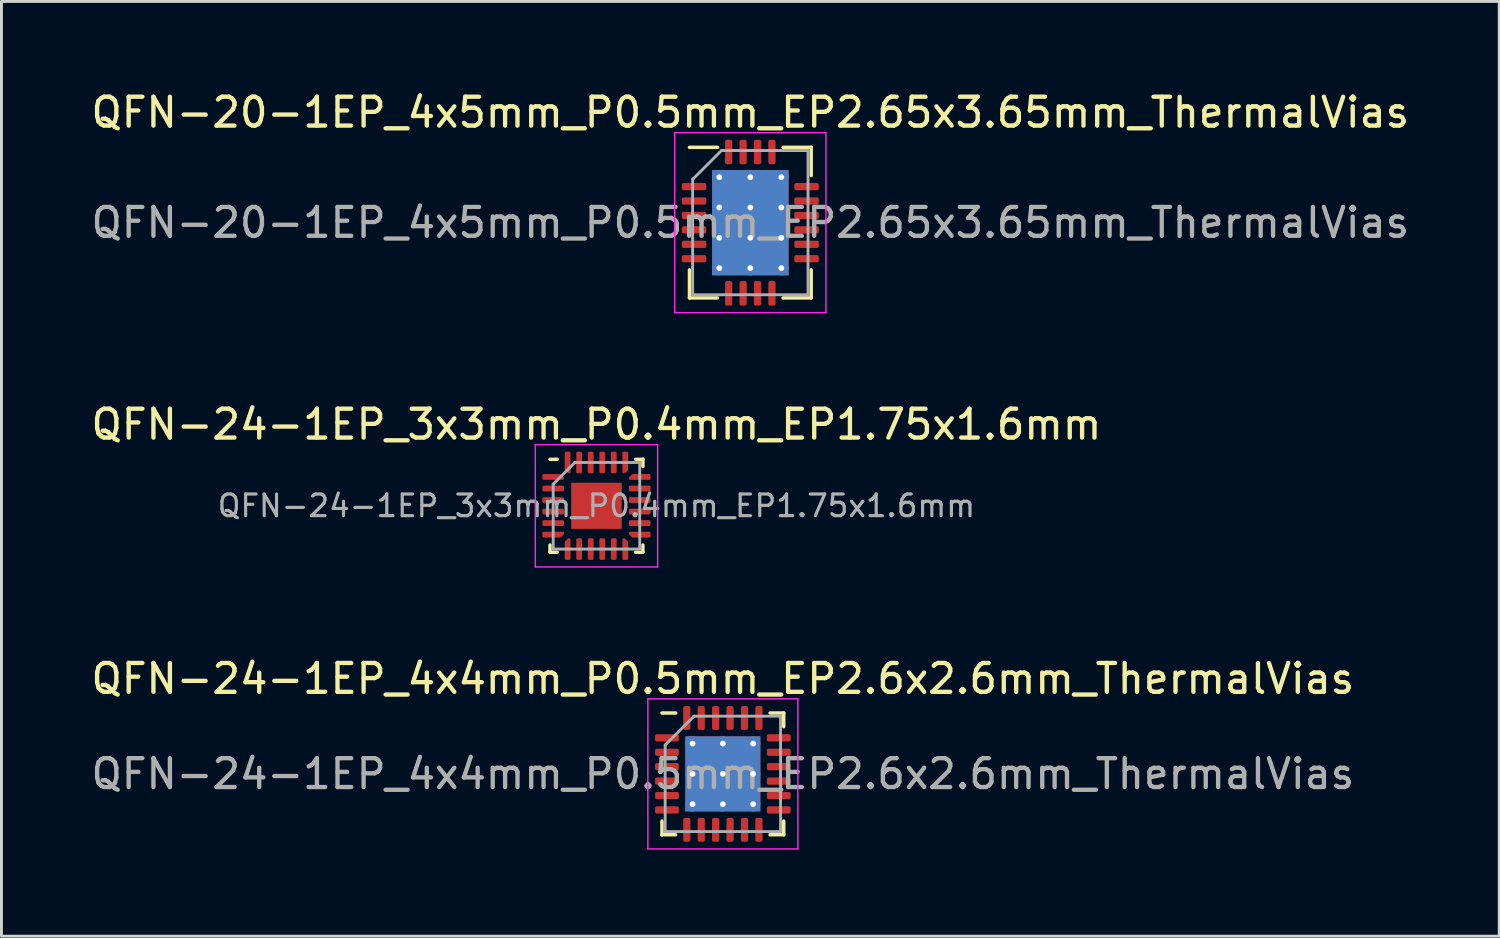
<source format=kicad_pcb>
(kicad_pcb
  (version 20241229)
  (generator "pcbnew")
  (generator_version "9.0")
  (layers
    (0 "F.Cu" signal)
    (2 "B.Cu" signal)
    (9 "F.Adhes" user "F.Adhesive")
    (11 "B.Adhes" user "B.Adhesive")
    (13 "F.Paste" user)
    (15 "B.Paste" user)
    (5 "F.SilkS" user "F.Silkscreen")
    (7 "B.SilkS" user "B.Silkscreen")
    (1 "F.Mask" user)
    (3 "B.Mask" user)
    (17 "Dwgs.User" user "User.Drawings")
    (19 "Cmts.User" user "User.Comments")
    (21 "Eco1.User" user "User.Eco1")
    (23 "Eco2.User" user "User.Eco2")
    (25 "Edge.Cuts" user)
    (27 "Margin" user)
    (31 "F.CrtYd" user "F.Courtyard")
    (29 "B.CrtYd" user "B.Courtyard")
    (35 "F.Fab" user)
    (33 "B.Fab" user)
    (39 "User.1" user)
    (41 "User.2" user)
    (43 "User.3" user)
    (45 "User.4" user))
  (footprint "QFN-24-1EP_3x3mm_P0.4mm_EP1.75x1.6mm"
    (layer "F.Cu")
    (at 17.625 14.482)
    (property "Reference" "QFN-24-1EP_3x3mm_P0.4mm_EP1.75x1.6mm" (at 0 -2.82 0) (layer "F.SilkS") (effects (font (size 1 1) (thickness 0.15))))
    (attr smd)
    (fp_line (start -1.61 1.61) (end -1.61 1.36) (stroke (width 0.12) (type solid)) (layer "F.SilkS"))
    (fp_line (start -1.36 -1.61) (end -1.61 -1.61) (stroke (width 0.12) (type solid)) (layer "F.SilkS"))
    (fp_line (start -1.36 1.61) (end -1.61 1.61) (stroke (width 0.12) (type solid)) (layer "F.SilkS"))
    (fp_line (start 1.36 -1.61) (end 1.61 -1.61) (stroke (width 0.12) (type solid)) (layer "F.SilkS"))
    (fp_line (start 1.36 1.61) (end 1.61 1.61) (stroke (width 0.12) (type solid)) (layer "F.SilkS"))
    (fp_line (start 1.61 -1.61) (end 1.61 -1.36) (stroke (width 0.12) (type solid)) (layer "F.SilkS"))
    (fp_line (start 1.61 1.61) (end 1.61 1.36) (stroke (width 0.12) (type solid)) (layer "F.SilkS"))
    (fp_line (start -2.12 -2.12) (end -2.12 2.12) (stroke (width 0.05) (type solid)) (layer "F.CrtYd"))
    (fp_line (start -2.12 2.12) (end 2.12 2.12) (stroke (width 0.05) (type solid)) (layer "F.CrtYd"))
    (fp_line (start 2.12 -2.12) (end -2.12 -2.12) (stroke (width 0.05) (type solid)) (layer "F.CrtYd"))
    (fp_line (start 2.12 2.12) (end 2.12 -2.12) (stroke (width 0.05) (type solid)) (layer "F.CrtYd"))
    (fp_line (start -1.5 -0.75) (end -0.75 -1.5) (stroke (width 0.1) (type solid)) (layer "F.Fab"))
    (fp_line (start -1.5 1.5) (end -1.5 -0.75) (stroke (width 0.1) (type solid)) (layer "F.Fab"))
    (fp_line (start -0.75 -1.5) (end 1.5 -1.5) (stroke (width 0.1) (type solid)) (layer "F.Fab"))
    (fp_line (start 1.5 -1.5) (end 1.5 1.5) (stroke (width 0.1) (type solid)) (layer "F.Fab"))
    (fp_line (start 1.5 1.5) (end -1.5 1.5) (stroke (width 0.1) (type solid)) (layer "F.Fab"))
    (fp_text user "${REFERENCE}" (at 0 0 0) (layer "F.Fab") (effects (font (size 0.75 0.75) (thickness 0.11))))
    (pad "" smd roundrect (at -0.44 -0.4) (size 0.71 0.64) (layers "F.Paste") (roundrect_rratio 0.25))
    (pad "" smd roundrect (at -0.44 0.4) (size 0.71 0.64) (layers "F.Paste") (roundrect_rratio 0.25))
    (pad "" smd roundrect (at 0.44 -0.4) (size 0.71 0.64) (layers "F.Paste") (roundrect_rratio 0.25))
    (pad "" smd roundrect (at 0.44 0.4) (size 0.71 0.64) (layers "F.Paste") (roundrect_rratio 0.25))
    (pad "1" smd custom (at -1.5 -1) (size 0.115 0.115) (layers "F.Cu" "F.Mask" "F.Paste") (options (anchor circle)) (primitives (gr_poly (pts (xy -0.335 -0.06) (xy 0.238 -0.06) (xy 0.335 0.037) (xy 0.335 0.06) (xy -0.335 0.06)) (width 0.08) (fill yes))))
    (pad "2" smd roundrect (at -1.5 -0.6) (size 0.75 0.2) (layers "F.Cu" "F.Mask" "F.Paste") (roundrect_rratio 0.25))
    (pad "3" smd roundrect (at -1.5 -0.2) (size 0.75 0.2) (layers "F.Cu" "F.Mask" "F.Paste") (roundrect_rratio 0.25))
    (pad "4" smd roundrect (at -1.5 0.2) (size 0.75 0.2) (layers "F.Cu" "F.Mask" "F.Paste") (roundrect_rratio 0.25))
    (pad "5" smd roundrect (at -1.5 0.6) (size 0.75 0.2) (layers "F.Cu" "F.Mask" "F.Paste") (roundrect_rratio 0.25))
    (pad "6" smd custom (at -1.5 1) (size 0.115 0.115) (layers "F.Cu" "F.Mask" "F.Paste") (options (anchor circle)) (primitives (gr_poly (pts (xy -0.335 -0.06) (xy 0.335 -0.06) (xy 0.335 -0.037) (xy 0.238 0.06) (xy -0.335 0.06)) (width 0.08) (fill yes))))
    (pad "7" smd custom (at -1 1.5) (size 0.115 0.115) (layers "F.Cu" "F.Mask" "F.Paste") (options (anchor circle)) (primitives (gr_poly (pts (xy -0.06 -0.238) (xy 0.037 -0.335) (xy 0.06 -0.335) (xy 0.06 0.335) (xy -0.06 0.335)) (width 0.08) (fill yes))))
    (pad "8" smd roundrect (at -0.6 1.5) (size 0.2 0.75) (layers "F.Cu" "F.Mask" "F.Paste") (roundrect_rratio 0.25))
    (pad "9" smd roundrect (at -0.2 1.5) (size 0.2 0.75) (layers "F.Cu" "F.Mask" "F.Paste") (roundrect_rratio 0.25))
    (pad "10" smd roundrect (at 0.2 1.5) (size 0.2 0.75) (layers "F.Cu" "F.Mask" "F.Paste") (roundrect_rratio 0.25))
    (pad "11" smd roundrect (at 0.6 1.5) (size 0.2 0.75) (layers "F.Cu" "F.Mask" "F.Paste") (roundrect_rratio 0.25))
    (pad "12" smd custom (at 1 1.5) (size 0.115 0.115) (layers "F.Cu" "F.Mask" "F.Paste") (options (anchor circle)) (primitives (gr_poly (pts (xy -0.06 -0.335) (xy -0.037 -0.335) (xy 0.06 -0.238) (xy 0.06 0.335) (xy -0.06 0.335)) (width 0.08) (fill yes))))
    (pad "13" smd custom (at 1.5 1) (size 0.115 0.115) (layers "F.Cu" "F.Mask" "F.Paste") (options (anchor circle)) (primitives (gr_poly (pts (xy -0.335 -0.06) (xy 0.335 -0.06) (xy 0.335 0.06) (xy -0.238 0.06) (xy -0.335 -0.037)) (width 0.08) (fill yes))))
    (pad "14" smd roundrect (at 1.5 0.6) (size 0.75 0.2) (layers "F.Cu" "F.Mask" "F.Paste") (roundrect_rratio 0.25))
    (pad "15" smd roundrect (at 1.5 0.2) (size 0.75 0.2) (layers "F.Cu" "F.Mask" "F.Paste") (roundrect_rratio 0.25))
    (pad "16" smd roundrect (at 1.5 -0.2) (size 0.75 0.2) (layers "F.Cu" "F.Mask" "F.Paste") (roundrect_rratio 0.25))
    (pad "17" smd roundrect (at 1.5 -0.6) (size 0.75 0.2) (layers "F.Cu" "F.Mask" "F.Paste") (roundrect_rratio 0.25))
    (pad "18" smd custom (at 1.5 -1) (size 0.115 0.115) (layers "F.Cu" "F.Mask" "F.Paste") (options (anchor circle)) (primitives (gr_poly (pts (xy -0.335 0.037) (xy -0.238 -0.06) (xy 0.335 -0.06) (xy 0.335 0.06) (xy -0.335 0.06)) (width 0.08) (fill yes))))
    (pad "19" smd custom (at 1 -1.5) (size 0.115 0.115) (layers "F.Cu" "F.Mask" "F.Paste") (options (anchor circle)) (primitives (gr_poly (pts (xy -0.06 -0.335) (xy 0.06 -0.335) (xy 0.06 0.238) (xy -0.037 0.335) (xy -0.06 0.335)) (width 0.08) (fill yes))))
    (pad "20" smd roundrect (at 0.6 -1.5) (size 0.2 0.75) (layers "F.Cu" "F.Mask" "F.Paste") (roundrect_rratio 0.25))
    (pad "21" smd roundrect (at 0.2 -1.5) (size 0.2 0.75) (layers "F.Cu" "F.Mask" "F.Paste") (roundrect_rratio 0.25))
    (pad "22" smd roundrect (at -0.2 -1.5) (size 0.2 0.75) (layers "F.Cu" "F.Mask" "F.Paste") (roundrect_rratio 0.25))
    (pad "23" smd roundrect (at -0.6 -1.5) (size 0.2 0.75) (layers "F.Cu" "F.Mask" "F.Paste") (roundrect_rratio 0.25))
    (pad "24" smd custom (at -1 -1.5) (size 0.115 0.115) (layers "F.Cu" "F.Mask" "F.Paste") (options (anchor circle)) (primitives (gr_poly (pts (xy -0.06 -0.335) (xy 0.06 -0.335) (xy 0.06 0.335) (xy 0.037 0.335) (xy -0.06 0.238)) (width 0.08) (fill yes))))
    (pad "25" smd rect (at 0 0) (size 1.75 1.6) (layers "F.Cu" "F.Mask")))
  (footprint "QFN-24-1EP_4x4mm_P0.5mm_EP2.6x2.6mm_ThermalVias"
    (layer "F.Cu")
    (at 22.006 23.775)
    (property "Reference" "QFN-24-1EP_4x4mm_P0.5mm_EP2.6x2.6mm_ThermalVias" (at 0 -3.3 0) (layer "F.SilkS") (effects (font (size 1 1) (thickness 0.15))))
    (attr smd)
    (fp_line (start -2.11 2.11) (end -2.11 1.635) (stroke (width 0.12) (type solid)) (layer "F.SilkS"))
    (fp_line (start -1.635 -2.11) (end -2.11 -2.11) (stroke (width 0.12) (type solid)) (layer "F.SilkS"))
    (fp_line (start -1.635 2.11) (end -2.11 2.11) (stroke (width 0.12) (type solid)) (layer "F.SilkS"))
    (fp_line (start 1.635 -2.11) (end 2.11 -2.11) (stroke (width 0.12) (type solid)) (layer "F.SilkS"))
    (fp_line (start 1.635 2.11) (end 2.11 2.11) (stroke (width 0.12) (type solid)) (layer "F.SilkS"))
    (fp_line (start 2.11 -2.11) (end 2.11 -1.635) (stroke (width 0.12) (type solid)) (layer "F.SilkS"))
    (fp_line (start 2.11 2.11) (end 2.11 1.635) (stroke (width 0.12) (type solid)) (layer "F.SilkS"))
    (fp_line (start -2.6 -2.6) (end -2.6 2.6) (stroke (width 0.05) (type solid)) (layer "F.CrtYd"))
    (fp_line (start -2.6 2.6) (end 2.6 2.6) (stroke (width 0.05) (type solid)) (layer "F.CrtYd"))
    (fp_line (start 2.6 -2.6) (end -2.6 -2.6) (stroke (width 0.05) (type solid)) (layer "F.CrtYd"))
    (fp_line (start 2.6 2.6) (end 2.6 -2.6) (stroke (width 0.05) (type solid)) (layer "F.CrtYd"))
    (fp_line (start -2 -1) (end -1 -2) (stroke (width 0.1) (type solid)) (layer "F.Fab"))
    (fp_line (start -2 2) (end -2 -1) (stroke (width 0.1) (type solid)) (layer "F.Fab"))
    (fp_line (start -1 -2) (end 2 -2) (stroke (width 0.1) (type solid)) (layer "F.Fab"))
    (fp_line (start 2 -2) (end 2 2) (stroke (width 0.1) (type solid)) (layer "F.Fab"))
    (fp_line (start 2 2) (end -2 2) (stroke (width 0.1) (type solid)) (layer "F.Fab"))
    (fp_text user "${REFERENCE}" (at 0 0 0) (layer "F.Fab") (effects (font (size 1 1) (thickness 0.15))))
    (pad "" smd roundrect (at -0.65 -0.65) (size 1.13 1.13) (layers "F.Paste") (roundrect_rratio 0.221))
    (pad "" smd roundrect (at -0.65 0.65) (size 1.13 1.13) (layers "F.Paste") (roundrect_rratio 0.221))
    (pad "" smd roundrect (at 0.65 -0.65) (size 1.13 1.13) (layers "F.Paste") (roundrect_rratio 0.221))
    (pad "" smd roundrect (at 0.65 0.65) (size 1.13 1.13) (layers "F.Paste") (roundrect_rratio 0.221))
    (pad "1" smd roundrect (at -1.938 -1.25) (size 0.825 0.25) (layers "F.Cu" "F.Mask" "F.Paste") (roundrect_rratio 0.25))
    (pad "2" smd roundrect (at -1.938 -0.75) (size 0.825 0.25) (layers "F.Cu" "F.Mask" "F.Paste") (roundrect_rratio 0.25))
    (pad "3" smd roundrect (at -1.938 -0.25) (size 0.825 0.25) (layers "F.Cu" "F.Mask" "F.Paste") (roundrect_rratio 0.25))
    (pad "4" smd roundrect (at -1.938 0.25) (size 0.825 0.25) (layers "F.Cu" "F.Mask" "F.Paste") (roundrect_rratio 0.25))
    (pad "5" smd roundrect (at -1.938 0.75) (size 0.825 0.25) (layers "F.Cu" "F.Mask" "F.Paste") (roundrect_rratio 0.25))
    (pad "6" smd roundrect (at -1.938 1.25) (size 0.825 0.25) (layers "F.Cu" "F.Mask" "F.Paste") (roundrect_rratio 0.25))
    (pad "7" smd roundrect (at -1.25 1.938) (size 0.25 0.825) (layers "F.Cu" "F.Mask" "F.Paste") (roundrect_rratio 0.25))
    (pad "8" smd roundrect (at -0.75 1.938) (size 0.25 0.825) (layers "F.Cu" "F.Mask" "F.Paste") (roundrect_rratio 0.25))
    (pad "9" smd roundrect (at -0.25 1.938) (size 0.25 0.825) (layers "F.Cu" "F.Mask" "F.Paste") (roundrect_rratio 0.25))
    (pad "10" smd roundrect (at 0.25 1.938) (size 0.25 0.825) (layers "F.Cu" "F.Mask" "F.Paste") (roundrect_rratio 0.25))
    (pad "11" smd roundrect (at 0.75 1.938) (size 0.25 0.825) (layers "F.Cu" "F.Mask" "F.Paste") (roundrect_rratio 0.25))
    (pad "12" smd roundrect (at 1.25 1.938) (size 0.25 0.825) (layers "F.Cu" "F.Mask" "F.Paste") (roundrect_rratio 0.25))
    (pad "13" smd roundrect (at 1.938 1.25) (size 0.825 0.25) (layers "F.Cu" "F.Mask" "F.Paste") (roundrect_rratio 0.25))
    (pad "14" smd roundrect (at 1.938 0.75) (size 0.825 0.25) (layers "F.Cu" "F.Mask" "F.Paste") (roundrect_rratio 0.25))
    (pad "15" smd roundrect (at 1.938 0.25) (size 0.825 0.25) (layers "F.Cu" "F.Mask" "F.Paste") (roundrect_rratio 0.25))
    (pad "16" smd roundrect (at 1.938 -0.25) (size 0.825 0.25) (layers "F.Cu" "F.Mask" "F.Paste") (roundrect_rratio 0.25))
    (pad "17" smd roundrect (at 1.938 -0.75) (size 0.825 0.25) (layers "F.Cu" "F.Mask" "F.Paste") (roundrect_rratio 0.25))
    (pad "18" smd roundrect (at 1.938 -1.25) (size 0.825 0.25) (layers "F.Cu" "F.Mask" "F.Paste") (roundrect_rratio 0.25))
    (pad "19" smd roundrect (at 1.25 -1.938) (size 0.25 0.825) (layers "F.Cu" "F.Mask" "F.Paste") (roundrect_rratio 0.25))
    (pad "20" smd roundrect (at 0.75 -1.938) (size 0.25 0.825) (layers "F.Cu" "F.Mask" "F.Paste") (roundrect_rratio 0.25))
    (pad "21" smd roundrect (at 0.25 -1.938) (size 0.25 0.825) (layers "F.Cu" "F.Mask" "F.Paste") (roundrect_rratio 0.25))
    (pad "22" smd roundrect (at -0.25 -1.938) (size 0.25 0.825) (layers "F.Cu" "F.Mask" "F.Paste") (roundrect_rratio 0.25))
    (pad "23" smd roundrect (at -0.75 -1.938) (size 0.25 0.825) (layers "F.Cu" "F.Mask" "F.Paste") (roundrect_rratio 0.25))
    (pad "24" smd roundrect (at -1.25 -1.938) (size 0.25 0.825) (layers "F.Cu" "F.Mask" "F.Paste") (roundrect_rratio 0.25))
    (pad "25" thru_hole circle (at -1.05 -1.05) (size 0.5 0.5) (drill 0.2) (layers "*.Cu"))
    (pad "25" thru_hole circle (at -1.05 0) (size 0.5 0.5) (drill 0.2) (layers "*.Cu"))
    (pad "25" thru_hole circle (at -1.05 1.05) (size 0.5 0.5) (drill 0.2) (layers "*.Cu"))
    (pad "25" thru_hole circle (at 0 -1.05) (size 0.5 0.5) (drill 0.2) (layers "*.Cu"))
    (pad "25" thru_hole circle (at 0 0) (size 0.5 0.5) (drill 0.2) (layers "*.Cu"))
    (pad "25" smd rect (at 0 0) (size 2.6 2.6) (layers "F.Cu" "F.Mask"))
    (pad "25" smd rect (at 0 0) (size 2.6 2.6) (layers "B.Cu"))
    (pad "25" thru_hole circle (at 0 1.05) (size 0.5 0.5) (drill 0.2) (layers "*.Cu"))
    (pad "25" thru_hole circle (at 1.05 -1.05) (size 0.5 0.5) (drill 0.2) (layers "*.Cu"))
    (pad "25" thru_hole circle (at 1.05 0) (size 0.5 0.5) (drill 0.2) (layers "*.Cu"))
    (pad "25" thru_hole circle (at 1.05 1.05) (size 0.5 0.5) (drill 0.2) (layers "*.Cu")))
  (footprint "QFN-20-1EP_4x5mm_P0.5mm_EP2.65x3.65mm_ThermalVias"
    (layer "F.Cu")
    (at 22.958 4.668)
    (property "Reference" "QFN-20-1EP_4x5mm_P0.5mm_EP2.65x3.65mm_ThermalVias" (at 0 -3.82 0) (layer "F.SilkS") (effects (font (size 1 1) (thickness 0.15))))
    (attr smd)
    (fp_line (start -2.11 2.61) (end -2.11 1.635) (stroke (width 0.12) (type solid)) (layer "F.SilkS"))
    (fp_line (start -1.135 -2.61) (end -2.11 -2.61) (stroke (width 0.12) (type solid)) (layer "F.SilkS"))
    (fp_line (start -1.135 2.61) (end -2.11 2.61) (stroke (width 0.12) (type solid)) (layer "F.SilkS"))
    (fp_line (start 1.135 -2.61) (end 2.11 -2.61) (stroke (width 0.12) (type solid)) (layer "F.SilkS"))
    (fp_line (start 1.135 2.61) (end 2.11 2.61) (stroke (width 0.12) (type solid)) (layer "F.SilkS"))
    (fp_line (start 2.11 -2.61) (end 2.11 -1.635) (stroke (width 0.12) (type solid)) (layer "F.SilkS"))
    (fp_line (start 2.11 2.61) (end 2.11 1.635) (stroke (width 0.12) (type solid)) (layer "F.SilkS"))
    (fp_line (start -2.62 -3.12) (end -2.62 3.12) (stroke (width 0.05) (type solid)) (layer "F.CrtYd"))
    (fp_line (start -2.62 3.12) (end 2.62 3.12) (stroke (width 0.05) (type solid)) (layer "F.CrtYd"))
    (fp_line (start 2.62 -3.12) (end -2.62 -3.12) (stroke (width 0.05) (type solid)) (layer "F.CrtYd"))
    (fp_line (start 2.62 3.12) (end 2.62 -3.12) (stroke (width 0.05) (type solid)) (layer "F.CrtYd"))
    (fp_line (start -2 -1.5) (end -1 -2.5) (stroke (width 0.1) (type solid)) (layer "F.Fab"))
    (fp_line (start -2 2.5) (end -2 -1.5) (stroke (width 0.1) (type solid)) (layer "F.Fab"))
    (fp_line (start -1 -2.5) (end 2 -2.5) (stroke (width 0.1) (type solid)) (layer "F.Fab"))
    (fp_line (start 2 -2.5) (end 2 2.5) (stroke (width 0.1) (type solid)) (layer "F.Fab"))
    (fp_line (start 2 2.5) (end -2 2.5) (stroke (width 0.1) (type solid)) (layer "F.Fab"))
    (fp_text user "${REFERENCE}" (at 0 0 0) (layer "F.Fab") (effects (font (size 1 1) (thickness 0.15))))
    (pad "" smd custom (at -0.537 -1.05) (size 0.787 0.787) (layers "F.Paste") (options (anchor circle)) (primitives (gr_poly (pts (xy -0.376 -0.241) (xy -0.281 -0.336) (xy 0.281 -0.336) (xy 0.376 -0.241) (xy 0.376 0.241) (xy 0.281 0.336) (xy -0.281 0.336) (xy -0.376 0.241)) (width 0.23) (fill yes))))
    (pad "" smd custom (at -0.537 0) (size 0.787 0.787) (layers "F.Paste") (options (anchor circle)) (primitives (gr_poly (pts (xy -0.376 -0.241) (xy -0.281 -0.336) (xy 0.281 -0.336) (xy 0.376 -0.241) (xy 0.376 0.241) (xy 0.281 0.336) (xy -0.281 0.336) (xy -0.376 0.241)) (width 0.23) (fill yes))))
    (pad "" smd custom (at -0.537 1.05) (size 0.787 0.787) (layers "F.Paste") (options (anchor circle)) (primitives (gr_poly (pts (xy -0.376 -0.241) (xy -0.281 -0.336) (xy 0.281 -0.336) (xy 0.376 -0.241) (xy 0.376 0.241) (xy 0.281 0.336) (xy -0.281 0.336) (xy -0.376 0.241)) (width 0.23) (fill yes))))
    (pad "" smd custom (at 0.537 -1.05) (size 0.787 0.787) (layers "F.Paste") (options (anchor circle)) (primitives (gr_poly (pts (xy -0.376 -0.241) (xy -0.281 -0.336) (xy 0.281 -0.336) (xy 0.376 -0.241) (xy 0.376 0.241) (xy 0.281 0.336) (xy -0.281 0.336) (xy -0.376 0.241)) (width 0.23) (fill yes))))
    (pad "" smd custom (at 0.537 0) (size 0.787 0.787) (layers "F.Paste") (options (anchor circle)) (primitives (gr_poly (pts (xy -0.376 -0.241) (xy -0.281 -0.336) (xy 0.281 -0.336) (xy 0.376 -0.241) (xy 0.376 0.241) (xy 0.281 0.336) (xy -0.281 0.336) (xy -0.376 0.241)) (width 0.23) (fill yes))))
    (pad "" smd custom (at 0.537 1.05) (size 0.787 0.787) (layers "F.Paste") (options (anchor circle)) (primitives (gr_poly (pts (xy -0.376 -0.241) (xy -0.281 -0.336) (xy 0.281 -0.336) (xy 0.376 -0.241) (xy 0.376 0.241) (xy 0.281 0.336) (xy -0.281 0.336) (xy -0.376 0.241)) (width 0.23) (fill yes))))
    (pad "1" smd roundrect (at -1.95 -1.25) (size 0.85 0.25) (layers "F.Cu" "F.Mask" "F.Paste") (roundrect_rratio 0.25))
    (pad "2" smd roundrect (at -1.95 -0.75) (size 0.85 0.25) (layers "F.Cu" "F.Mask" "F.Paste") (roundrect_rratio 0.25))
    (pad "3" smd roundrect (at -1.95 -0.25) (size 0.85 0.25) (layers "F.Cu" "F.Mask" "F.Paste") (roundrect_rratio 0.25))
    (pad "4" smd roundrect (at -1.95 0.25) (size 0.85 0.25) (layers "F.Cu" "F.Mask" "F.Paste") (roundrect_rratio 0.25))
    (pad "5" smd roundrect (at -1.95 0.75) (size 0.85 0.25) (layers "F.Cu" "F.Mask" "F.Paste") (roundrect_rratio 0.25))
    (pad "6" smd roundrect (at -1.95 1.25) (size 0.85 0.25) (layers "F.Cu" "F.Mask" "F.Paste") (roundrect_rratio 0.25))
    (pad "7" smd roundrect (at -0.75 2.45) (size 0.25 0.85) (layers "F.Cu" "F.Mask" "F.Paste") (roundrect_rratio 0.25))
    (pad "8" smd roundrect (at -0.25 2.45) (size 0.25 0.85) (layers "F.Cu" "F.Mask" "F.Paste") (roundrect_rratio 0.25))
    (pad "9" smd roundrect (at 0.25 2.45) (size 0.25 0.85) (layers "F.Cu" "F.Mask" "F.Paste") (roundrect_rratio 0.25))
    (pad "10" smd roundrect (at 0.75 2.45) (size 0.25 0.85) (layers "F.Cu" "F.Mask" "F.Paste") (roundrect_rratio 0.25))
    (pad "11" smd roundrect (at 1.95 1.25) (size 0.85 0.25) (layers "F.Cu" "F.Mask" "F.Paste") (roundrect_rratio 0.25))
    (pad "12" smd roundrect (at 1.95 0.75) (size 0.85 0.25) (layers "F.Cu" "F.Mask" "F.Paste") (roundrect_rratio 0.25))
    (pad "13" smd roundrect (at 1.95 0.25) (size 0.85 0.25) (layers "F.Cu" "F.Mask" "F.Paste") (roundrect_rratio 0.25))
    (pad "14" smd roundrect (at 1.95 -0.25) (size 0.85 0.25) (layers "F.Cu" "F.Mask" "F.Paste") (roundrect_rratio 0.25))
    (pad "15" smd roundrect (at 1.95 -0.75) (size 0.85 0.25) (layers "F.Cu" "F.Mask" "F.Paste") (roundrect_rratio 0.25))
    (pad "16" smd roundrect (at 1.95 -1.25) (size 0.85 0.25) (layers "F.Cu" "F.Mask" "F.Paste") (roundrect_rratio 0.25))
    (pad "17" smd roundrect (at 0.75 -2.45) (size 0.25 0.85) (layers "F.Cu" "F.Mask" "F.Paste") (roundrect_rratio 0.25))
    (pad "18" smd roundrect (at 0.25 -2.45) (size 0.25 0.85) (layers "F.Cu" "F.Mask" "F.Paste") (roundrect_rratio 0.25))
    (pad "19" smd roundrect (at -0.25 -2.45) (size 0.25 0.85) (layers "F.Cu" "F.Mask" "F.Paste") (roundrect_rratio 0.25))
    (pad "20" smd roundrect (at -0.75 -2.45) (size 0.25 0.85) (layers "F.Cu" "F.Mask" "F.Paste") (roundrect_rratio 0.25))
    (pad "21" thru_hole circle (at -1.075 -1.575) (size 0.5 0.5) (drill 0.2) (layers "*.Cu"))
    (pad "21" thru_hole circle (at -1.075 -0.525) (size 0.5 0.5) (drill 0.2) (layers "*.Cu"))
    (pad "21" thru_hole circle (at -1.075 0.525) (size 0.5 0.5) (drill 0.2) (layers "*.Cu"))
    (pad "21" thru_hole circle (at -1.075 1.575) (size 0.5 0.5) (drill 0.2) (layers "*.Cu"))
    (pad "21" thru_hole circle (at 0 -1.575) (size 0.5 0.5) (drill 0.2) (layers "*.Cu"))
    (pad "21" thru_hole circle (at 0 -0.525) (size 0.5 0.5) (drill 0.2) (layers "*.Cu"))
    (pad "21" smd rect (at 0 0) (size 2.65 3.65) (layers "F.Cu" "F.Mask"))
    (pad "21" smd rect (at 0 0) (size 2.65 3.65) (layers "B.Cu"))
    (pad "21" thru_hole circle (at 0 0.525) (size 0.5 0.5) (drill 0.2) (layers "*.Cu"))
    (pad "21" thru_hole circle (at 0 1.575) (size 0.5 0.5) (drill 0.2) (layers "*.Cu"))
    (pad "21" thru_hole circle (at 1.075 -1.575) (size 0.5 0.5) (drill 0.2) (layers "*.Cu"))
    (pad "21" thru_hole circle (at 1.075 -0.525) (size 0.5 0.5) (drill 0.2) (layers "*.Cu"))
    (pad "21" thru_hole circle (at 1.075 0.525) (size 0.5 0.5) (drill 0.2) (layers "*.Cu"))
    (pad "21" thru_hole circle (at 1.075 1.575) (size 0.5 0.5) (drill 0.2) (layers "*.Cu")))
  (gr_rect
    (start -3 -3)
    (end 48.917 29.4)
    (stroke (width 0.1) (type default))
    (fill no)
    (layer "Edge.Cuts")))
</source>
